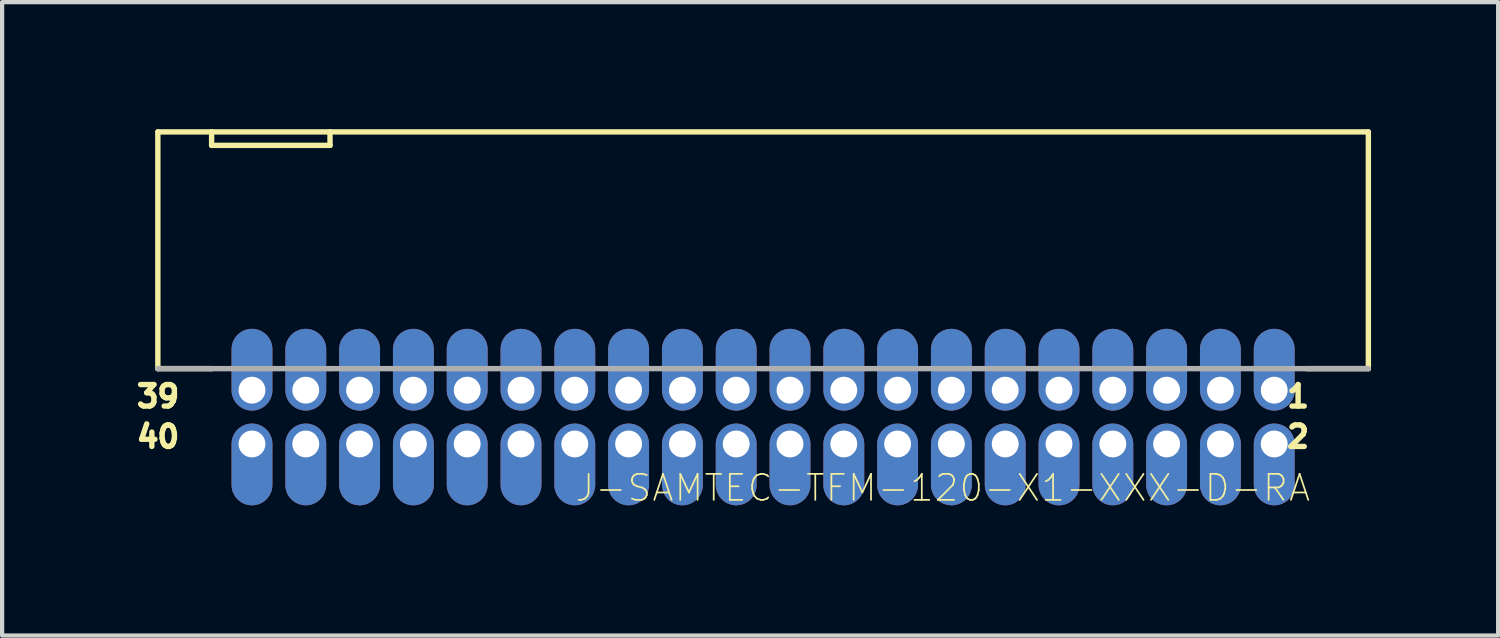
<source format=kicad_pcb>
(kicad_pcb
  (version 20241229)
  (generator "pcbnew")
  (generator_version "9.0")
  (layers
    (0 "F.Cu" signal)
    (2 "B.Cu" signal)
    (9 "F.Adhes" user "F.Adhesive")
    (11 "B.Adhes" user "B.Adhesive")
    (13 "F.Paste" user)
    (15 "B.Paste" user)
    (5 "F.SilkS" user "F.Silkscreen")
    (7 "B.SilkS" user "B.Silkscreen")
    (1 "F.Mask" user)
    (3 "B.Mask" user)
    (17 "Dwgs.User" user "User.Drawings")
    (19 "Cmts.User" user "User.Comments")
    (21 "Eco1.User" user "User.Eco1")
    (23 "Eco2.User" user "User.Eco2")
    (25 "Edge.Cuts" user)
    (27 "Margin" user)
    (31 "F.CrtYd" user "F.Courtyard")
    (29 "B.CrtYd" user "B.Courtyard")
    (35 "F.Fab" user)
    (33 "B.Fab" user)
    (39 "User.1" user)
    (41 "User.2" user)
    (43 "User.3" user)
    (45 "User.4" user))
  (footprint "J-SAMTEC-TFM-120-X1-XXX-D-RA"
    (layer "F.Cu")
    (at 14.963 6.795)
    (property "Reference" "J-SAMTEC-TFM-120-X1-XXX-D-RA" (at 12.954 2.032 180) (layer "F.SilkS") (effects (font (size 0.614 0.614) (thickness 0.041)) (justify right bottom)))
    (attr through_hole)
    (fp_line (start -14.287 -6.731) (end -13.018 -6.731) (stroke (width 0.127) (type solid)) (layer "F.SilkS"))
    (fp_line (start -14.287 -1.143) (end -14.287 -6.731) (stroke (width 0.127) (type solid)) (layer "F.SilkS"))
    (fp_line (start -14.287 -1.143) (end -13.018 -1.143) (stroke (width 0.127) (type solid)) (layer "F.SilkS"))
    (fp_line (start -13.018 -6.731) (end -13.018 -6.413) (stroke (width 0.127) (type solid)) (layer "F.SilkS"))
    (fp_line (start -13.018 -6.731) (end -10.223 -6.731) (stroke (width 0.127) (type solid)) (layer "F.SilkS"))
    (fp_line (start -13.018 -6.413) (end -10.223 -6.413) (stroke (width 0.127) (type solid)) (layer "F.SilkS"))
    (fp_line (start -10.223 -6.731) (end 14.287 -6.731) (stroke (width 0.127) (type solid)) (layer "F.SilkS"))
    (fp_line (start -10.223 -6.413) (end -10.223 -6.731) (stroke (width 0.127) (type solid)) (layer "F.SilkS"))
    (fp_line (start 12.827 -1.143) (end 14.287 -1.143) (stroke (width 0.127) (type solid)) (layer "F.SilkS"))
    (fp_line (start 14.287 -6.731) (end 14.287 -1.143) (stroke (width 0.127) (type solid)) (layer "F.SilkS"))
    (fp_line (start -14.287 -1.143) (end -13.018 -1.143) (stroke (width 0.127) (type solid)) (layer "F.Fab"))
    (fp_line (start -13.018 -1.143) (end -10.223 -1.143) (stroke (width 0.127) (type solid)) (layer "F.Fab"))
    (fp_line (start -10.223 -1.143) (end 14.287 -1.143) (stroke (width 0.127) (type solid)) (layer "F.Fab"))
    (fp_text user "1" (at 12.954 -0.191 180) (layer "F.SilkS") (effects (font (size 0.508 0.508) (thickness 0.127)) (justify right bottom)))
    (fp_text user "39" (at -13.716 -0.191 180) (layer "F.SilkS") (effects (font (size 0.508 0.508) (thickness 0.127)) (justify right bottom)))
    (fp_text user "40" (at -13.716 0.762 180) (layer "F.SilkS") (effects (font (size 0.508 0.508) (thickness 0.127)) (justify right bottom)))
    (fp_text user "2" (at 12.954 0.762 180) (layer "F.SilkS") (effects (font (size 0.508 0.508) (thickness 0.127)) (justify right bottom)))
    (pad "1" thru_hole oval (at 12.065 -0.635 90) (size 1.93 0.965) (drill 0.635 (offset 0.483 0)) (layers "*.Cu" "*.Mask"))
    (pad "2" thru_hole oval (at 12.065 0.635 270) (size 1.93 0.965) (drill 0.635 (offset 0.483 0)) (layers "*.Cu" "*.Mask"))
    (pad "3" thru_hole oval (at 10.795 -0.635 90) (size 1.93 0.965) (drill 0.635 (offset 0.483 0)) (layers "*.Cu" "*.Mask"))
    (pad "4" thru_hole oval (at 10.795 0.635 270) (size 1.93 0.965) (drill 0.635 (offset 0.483 0)) (layers "*.Cu" "*.Mask"))
    (pad "5" thru_hole oval (at 9.525 -0.635 90) (size 1.93 0.965) (drill 0.635 (offset 0.483 0)) (layers "*.Cu" "*.Mask"))
    (pad "6" thru_hole oval (at 9.525 0.635 270) (size 1.93 0.965) (drill 0.635 (offset 0.483 0)) (layers "*.Cu" "*.Mask"))
    (pad "7" thru_hole oval (at 8.255 -0.635 90) (size 1.93 0.965) (drill 0.635 (offset 0.483 0)) (layers "*.Cu" "*.Mask"))
    (pad "8" thru_hole oval (at 8.255 0.635 270) (size 1.93 0.965) (drill 0.635 (offset 0.483 0)) (layers "*.Cu" "*.Mask"))
    (pad "9" thru_hole oval (at 6.985 -0.635 90) (size 1.93 0.965) (drill 0.635 (offset 0.483 0)) (layers "*.Cu" "*.Mask"))
    (pad "10" thru_hole oval (at 6.985 0.635 270) (size 1.93 0.965) (drill 0.635 (offset 0.483 0)) (layers "*.Cu" "*.Mask"))
    (pad "11" thru_hole oval (at 5.715 -0.635 90) (size 1.93 0.965) (drill 0.635 (offset 0.483 0)) (layers "*.Cu" "*.Mask"))
    (pad "12" thru_hole oval (at 5.715 0.635 270) (size 1.93 0.965) (drill 0.635 (offset 0.483 0)) (layers "*.Cu" "*.Mask"))
    (pad "13" thru_hole oval (at 4.445 -0.635 90) (size 1.93 0.965) (drill 0.635 (offset 0.483 0)) (layers "*.Cu" "*.Mask"))
    (pad "14" thru_hole oval (at 4.445 0.635 270) (size 1.93 0.965) (drill 0.635 (offset 0.483 0)) (layers "*.Cu" "*.Mask"))
    (pad "15" thru_hole oval (at 3.175 -0.635 90) (size 1.93 0.965) (drill 0.635 (offset 0.483 0)) (layers "*.Cu" "*.Mask"))
    (pad "16" thru_hole oval (at 3.175 0.635 270) (size 1.93 0.965) (drill 0.635 (offset 0.483 0)) (layers "*.Cu" "*.Mask"))
    (pad "17" thru_hole oval (at 1.905 -0.635 90) (size 1.93 0.965) (drill 0.635 (offset 0.483 0)) (layers "*.Cu" "*.Mask"))
    (pad "18" thru_hole oval (at 1.905 0.635 270) (size 1.93 0.965) (drill 0.635 (offset 0.483 0)) (layers "*.Cu" "*.Mask"))
    (pad "19" thru_hole oval (at 0.635 -0.635 90) (size 1.93 0.965) (drill 0.635 (offset 0.483 0)) (layers "*.Cu" "*.Mask"))
    (pad "20" thru_hole oval (at 0.635 0.635 270) (size 1.93 0.965) (drill 0.635 (offset 0.483 0)) (layers "*.Cu" "*.Mask"))
    (pad "21" thru_hole oval (at -0.635 -0.635 90) (size 1.93 0.965) (drill 0.635 (offset 0.483 0)) (layers "*.Cu" "*.Mask"))
    (pad "22" thru_hole oval (at -0.635 0.635 270) (size 1.93 0.965) (drill 0.635 (offset 0.483 0)) (layers "*.Cu" "*.Mask"))
    (pad "23" thru_hole oval (at -1.905 -0.635 90) (size 1.93 0.965) (drill 0.635 (offset 0.483 0)) (layers "*.Cu" "*.Mask"))
    (pad "24" thru_hole oval (at -1.905 0.635 270) (size 1.93 0.965) (drill 0.635 (offset 0.483 0)) (layers "*.Cu" "*.Mask"))
    (pad "25" thru_hole oval (at -3.175 -0.635 90) (size 1.93 0.965) (drill 0.635 (offset 0.483 0)) (layers "*.Cu" "*.Mask"))
    (pad "26" thru_hole oval (at -3.175 0.635 270) (size 1.93 0.965) (drill 0.635 (offset 0.483 0)) (layers "*.Cu" "*.Mask"))
    (pad "27" thru_hole oval (at -4.445 -0.635 90) (size 1.93 0.965) (drill 0.635 (offset 0.483 0)) (layers "*.Cu" "*.Mask"))
    (pad "28" thru_hole oval (at -4.445 0.635 270) (size 1.93 0.965) (drill 0.635 (offset 0.483 0)) (layers "*.Cu" "*.Mask"))
    (pad "29" thru_hole oval (at -5.715 -0.635 90) (size 1.93 0.965) (drill 0.635 (offset 0.483 0)) (layers "*.Cu" "*.Mask"))
    (pad "30" thru_hole oval (at -5.715 0.635 270) (size 1.93 0.965) (drill 0.635 (offset 0.483 0)) (layers "*.Cu" "*.Mask"))
    (pad "31" thru_hole oval (at -6.985 -0.635 90) (size 1.93 0.965) (drill 0.635 (offset 0.483 0)) (layers "*.Cu" "*.Mask"))
    (pad "32" thru_hole oval (at -6.985 0.635 270) (size 1.93 0.965) (drill 0.635 (offset 0.483 0)) (layers "*.Cu" "*.Mask"))
    (pad "33" thru_hole oval (at -8.255 -0.635 90) (size 1.93 0.965) (drill 0.635 (offset 0.483 0)) (layers "*.Cu" "*.Mask"))
    (pad "34" thru_hole oval (at -8.255 0.635 270) (size 1.93 0.965) (drill 0.635 (offset 0.483 0)) (layers "*.Cu" "*.Mask"))
    (pad "35" thru_hole oval (at -9.525 -0.635 90) (size 1.93 0.965) (drill 0.635 (offset 0.483 0)) (layers "*.Cu" "*.Mask"))
    (pad "36" thru_hole oval (at -9.525 0.635 270) (size 1.93 0.965) (drill 0.635 (offset 0.483 0)) (layers "*.Cu" "*.Mask"))
    (pad "37" thru_hole oval (at -10.795 -0.635 90) (size 1.93 0.965) (drill 0.635 (offset 0.483 0)) (layers "*.Cu" "*.Mask"))
    (pad "38" thru_hole oval (at -10.795 0.635 270) (size 1.93 0.965) (drill 0.635 (offset 0.483 0)) (layers "*.Cu" "*.Mask"))
    (pad "39" thru_hole oval (at -12.065 -0.635 90) (size 1.93 0.965) (drill 0.635 (offset 0.483 0)) (layers "*.Cu" "*.Mask"))
    (pad "40" thru_hole oval (at -12.065 0.635 270) (size 1.93 0.965) (drill 0.635 (offset 0.483 0)) (layers "*.Cu" "*.Mask")))
  (gr_rect
    (start -3 -3)
    (end 32.314 11.952)
    (stroke (width 0.1) (type default))
    (fill no)
    (layer "Edge.Cuts")))
</source>
